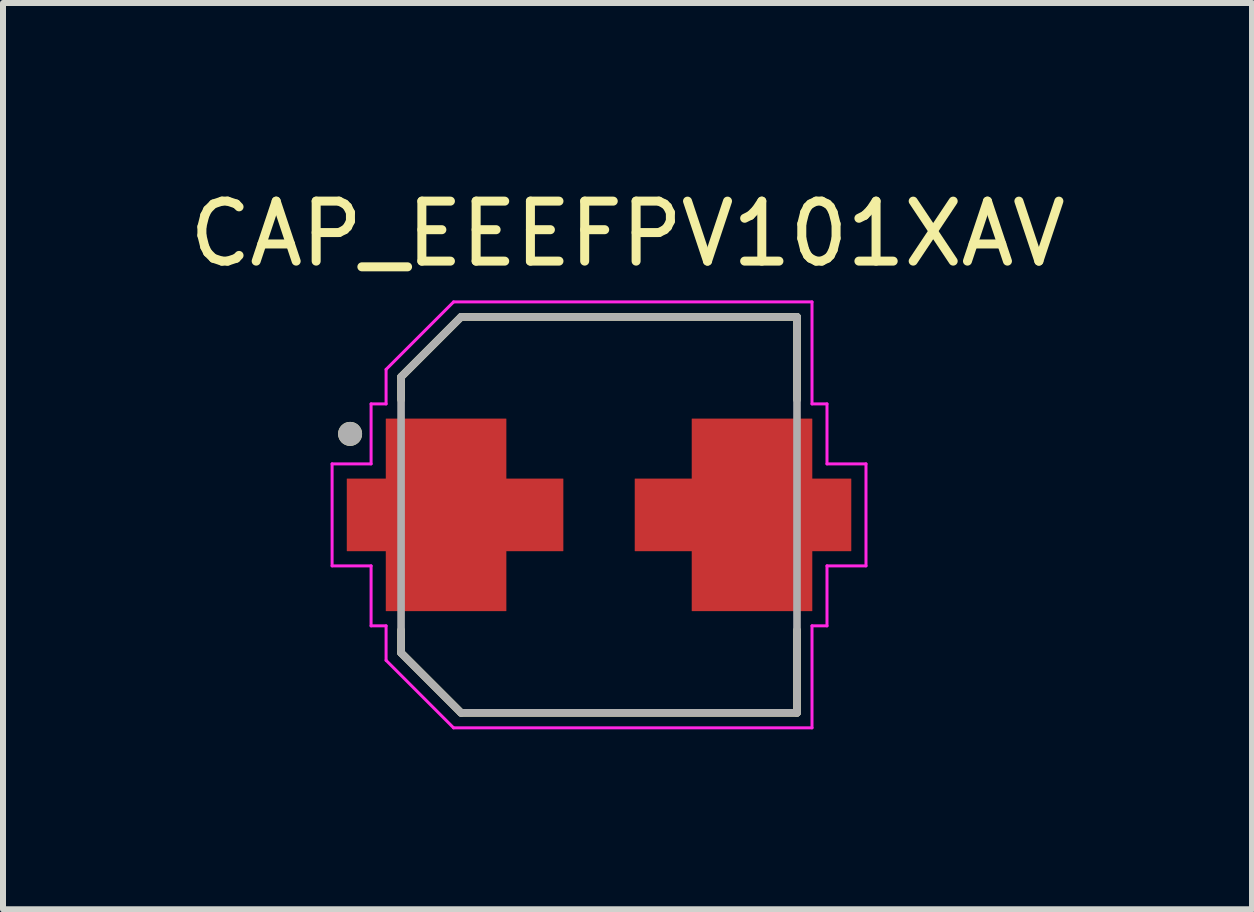
<source format=kicad_pcb>
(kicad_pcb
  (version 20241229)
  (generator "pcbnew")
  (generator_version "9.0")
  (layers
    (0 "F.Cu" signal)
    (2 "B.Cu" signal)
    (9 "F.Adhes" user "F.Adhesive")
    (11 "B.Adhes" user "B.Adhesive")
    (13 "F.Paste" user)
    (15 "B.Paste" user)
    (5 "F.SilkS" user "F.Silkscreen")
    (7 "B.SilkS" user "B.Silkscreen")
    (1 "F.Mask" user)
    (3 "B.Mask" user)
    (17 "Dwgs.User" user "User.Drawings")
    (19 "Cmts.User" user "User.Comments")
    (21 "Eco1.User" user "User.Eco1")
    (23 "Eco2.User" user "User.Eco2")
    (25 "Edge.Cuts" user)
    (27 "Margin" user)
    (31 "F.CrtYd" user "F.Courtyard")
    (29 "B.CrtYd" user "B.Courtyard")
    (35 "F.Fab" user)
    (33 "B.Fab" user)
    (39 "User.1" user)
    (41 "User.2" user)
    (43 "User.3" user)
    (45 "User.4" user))
  (footprint "CAP_EEEFPV101XAV"
    (layer "F.Cu")
    (at 6.936 5.533)
    (property "Reference" "CAP_EEEFPV101XAV" (at 0.475 -4.685 0) (layer "F.SilkS") (effects (font (size 1 1) (thickness 0.15))))
    (attr smd)
    (fp_poly (pts (xy -3.65 1.7) (xy -3.65 0.7) (xy -4.3 0.7) (xy -4.3 -0.7) (xy -3.65 -0.7) (xy -3.65 -1.7) (xy -1.45 -1.7) (xy -1.45 -0.7) (xy -0.5 -0.7) (xy -0.5 0.7) (xy -1.45 0.7) (xy -1.45 1.7)) (stroke (width 0.01) (type solid)) (fill yes) (layer "F.Mask"))
    (fp_poly (pts (xy 3.65 1.7) (xy 3.65 0.7) (xy 4.3 0.7) (xy 4.3 -0.7) (xy 3.65 -0.7) (xy 3.65 -1.7) (xy 1.45 -1.7) (xy 1.45 -0.7) (xy 0.5 -0.7) (xy 0.5 0.7) (xy 1.45 0.7) (xy 1.45 1.7)) (stroke (width 0.01) (type solid)) (fill yes) (layer "F.Mask"))
    (fp_line (start -3.3 -2.3) (end -3.3 -1.92) (stroke (width 0.127) (type solid)) (layer "F.SilkS"))
    (fp_line (start -3.3 1.92) (end -3.3 2.3) (stroke (width 0.127) (type solid)) (layer "F.SilkS"))
    (fp_line (start -3.3 2.3) (end -2.3 3.3) (stroke (width 0.127) (type solid)) (layer "F.SilkS"))
    (fp_line (start -2.3 -3.3) (end -3.3 -2.3) (stroke (width 0.127) (type solid)) (layer "F.SilkS"))
    (fp_line (start -2.3 3.3) (end 3.3 3.3) (stroke (width 0.127) (type solid)) (layer "F.SilkS"))
    (fp_line (start 3.3 -3.3) (end -2.3 -3.3) (stroke (width 0.127) (type solid)) (layer "F.SilkS"))
    (fp_line (start 3.3 -1.92) (end 3.3 -3.3) (stroke (width 0.127) (type solid)) (layer "F.SilkS"))
    (fp_line (start 3.3 3.3) (end 3.3 1.92) (stroke (width 0.127) (type solid)) (layer "F.SilkS"))
    (fp_circle (center -4.15 -1.35) (end -4.05 -1.35) (stroke (width 0.2) (type solid)) (fill no) (layer "F.SilkS"))
    (fp_poly (pts (xy -3.55 1.6) (xy -3.55 0.6) (xy -4.2 0.6) (xy -4.2 -0.6) (xy -3.55 -0.6) (xy -3.55 -1.6) (xy -1.55 -1.6) (xy -1.55 -0.6) (xy -0.6 -0.6) (xy -0.6 0.6) (xy -1.55 0.6) (xy -1.55 1.6)) (stroke (width 0.01) (type solid)) (fill yes) (layer "F.Paste"))
    (fp_poly (pts (xy 3.55 1.6) (xy 3.55 0.6) (xy 4.2 0.6) (xy 4.2 -0.6) (xy 3.55 -0.6) (xy 3.55 -1.6) (xy 1.55 -1.6) (xy 1.55 -0.6) (xy 0.6 -0.6) (xy 0.6 0.6) (xy 1.55 0.6) (xy 1.55 1.6)) (stroke (width 0.01) (type solid)) (fill yes) (layer "F.Paste"))
    (fp_line (start -4.45 -0.85) (end -3.8 -0.85) (stroke (width 0.05) (type solid)) (layer "F.CrtYd"))
    (fp_line (start -4.45 0.85) (end -4.45 -0.85) (stroke (width 0.05) (type solid)) (layer "F.CrtYd"))
    (fp_line (start -3.8 -1.85) (end -3.55 -1.85) (stroke (width 0.05) (type solid)) (layer "F.CrtYd"))
    (fp_line (start -3.8 -0.85) (end -3.8 -1.85) (stroke (width 0.05) (type solid)) (layer "F.CrtYd"))
    (fp_line (start -3.8 0.85) (end -4.45 0.85) (stroke (width 0.05) (type solid)) (layer "F.CrtYd"))
    (fp_line (start -3.8 1.85) (end -3.8 0.85) (stroke (width 0.05) (type solid)) (layer "F.CrtYd"))
    (fp_line (start -3.55 -2.425) (end -2.425 -3.55) (stroke (width 0.05) (type solid)) (layer "F.CrtYd"))
    (fp_line (start -3.55 -1.85) (end -3.55 -2.425) (stroke (width 0.05) (type solid)) (layer "F.CrtYd"))
    (fp_line (start -3.55 1.85) (end -3.8 1.85) (stroke (width 0.05) (type solid)) (layer "F.CrtYd"))
    (fp_line (start -3.55 2.425) (end -3.55 1.85) (stroke (width 0.05) (type solid)) (layer "F.CrtYd"))
    (fp_line (start -2.425 -3.55) (end 3.55 -3.55) (stroke (width 0.05) (type solid)) (layer "F.CrtYd"))
    (fp_line (start -2.425 3.55) (end -3.55 2.425) (stroke (width 0.05) (type solid)) (layer "F.CrtYd"))
    (fp_line (start 3.55 -3.55) (end 3.55 -1.85) (stroke (width 0.05) (type solid)) (layer "F.CrtYd"))
    (fp_line (start 3.55 -1.85) (end 3.8 -1.85) (stroke (width 0.05) (type solid)) (layer "F.CrtYd"))
    (fp_line (start 3.55 1.85) (end 3.55 3.55) (stroke (width 0.05) (type solid)) (layer "F.CrtYd"))
    (fp_line (start 3.55 3.55) (end -2.425 3.55) (stroke (width 0.05) (type solid)) (layer "F.CrtYd"))
    (fp_line (start 3.8 -1.85) (end 3.8 -0.85) (stroke (width 0.05) (type solid)) (layer "F.CrtYd"))
    (fp_line (start 3.8 -0.85) (end 4.45 -0.85) (stroke (width 0.05) (type solid)) (layer "F.CrtYd"))
    (fp_line (start 3.8 0.85) (end 3.8 1.85) (stroke (width 0.05) (type solid)) (layer "F.CrtYd"))
    (fp_line (start 3.8 1.85) (end 3.55 1.85) (stroke (width 0.05) (type solid)) (layer "F.CrtYd"))
    (fp_line (start 4.45 -0.85) (end 4.45 0.85) (stroke (width 0.05) (type solid)) (layer "F.CrtYd"))
    (fp_line (start 4.45 0.85) (end 3.8 0.85) (stroke (width 0.05) (type solid)) (layer "F.CrtYd"))
    (fp_line (start -3.3 -2.3) (end -3.3 2.3) (stroke (width 0.127) (type solid)) (layer "F.Fab"))
    (fp_line (start -3.3 2.3) (end -2.3 3.3) (stroke (width 0.127) (type solid)) (layer "F.Fab"))
    (fp_line (start -2.3 -3.3) (end -3.3 -2.3) (stroke (width 0.127) (type solid)) (layer "F.Fab"))
    (fp_line (start -2.3 3.3) (end 3.3 3.3) (stroke (width 0.127) (type solid)) (layer "F.Fab"))
    (fp_line (start 3.3 -3.3) (end -2.3 -3.3) (stroke (width 0.127) (type solid)) (layer "F.Fab"))
    (fp_line (start 3.3 3.3) (end 3.3 -3.3) (stroke (width 0.127) (type solid)) (layer "F.Fab"))
    (fp_circle (center -4.15 -1.35) (end -4.05 -1.35) (stroke (width 0.2) (type solid)) (fill no) (layer "F.Fab"))
    (pad "1" smd custom (at -2.55 0) (size 1.8 1.8) (layers "F.Cu") (options (anchor rect)) (primitives (gr_poly (pts (xy -1 1.6) (xy -1 0.6) (xy -1.65 0.6) (xy -1.65 -0.6) (xy -1 -0.6) (xy -1 -1.6) (xy 1 -1.6) (xy 1 -0.6) (xy 1.95 -0.6) (xy 1.95 0.6) (xy 1 0.6) (xy 1 1.6)) (width 0.01) (fill yes))))
    (pad "2" smd custom (at 2.55 0) (size 1.8 1.8) (layers "F.Cu") (options (anchor rect)) (primitives (gr_poly (pts (xy 1 1.6) (xy 1 0.6) (xy 1.65 0.6) (xy 1.65 -0.6) (xy 1 -0.6) (xy 1 -1.6) (xy -1 -1.6) (xy -1 -0.6) (xy -1.95 -0.6) (xy -1.95 0.6) (xy -1 0.6) (xy -1 1.6)) (width 0.01) (fill yes)))))
  (gr_rect
    (start -3 -3)
    (end 17.821 12.108)
    (stroke (width 0.1) (type default))
    (fill no)
    (layer "Edge.Cuts")))
</source>
